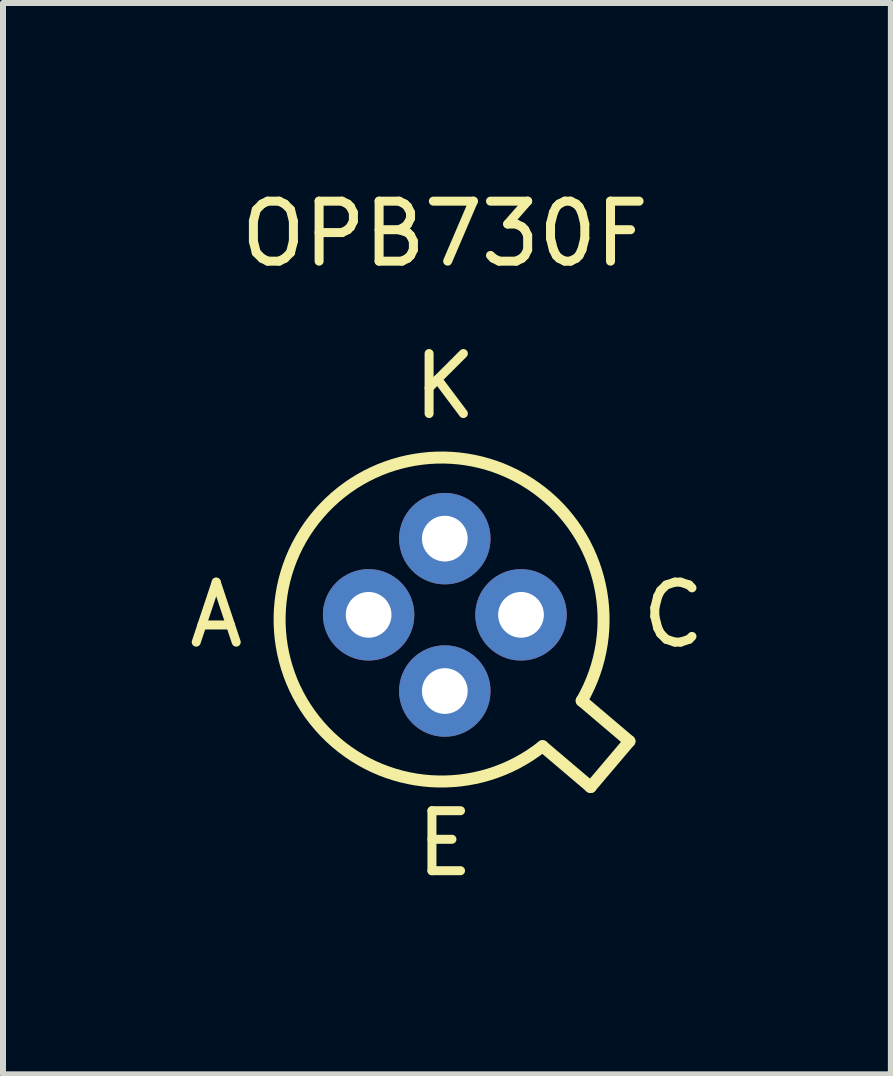
<source format=kicad_pcb>
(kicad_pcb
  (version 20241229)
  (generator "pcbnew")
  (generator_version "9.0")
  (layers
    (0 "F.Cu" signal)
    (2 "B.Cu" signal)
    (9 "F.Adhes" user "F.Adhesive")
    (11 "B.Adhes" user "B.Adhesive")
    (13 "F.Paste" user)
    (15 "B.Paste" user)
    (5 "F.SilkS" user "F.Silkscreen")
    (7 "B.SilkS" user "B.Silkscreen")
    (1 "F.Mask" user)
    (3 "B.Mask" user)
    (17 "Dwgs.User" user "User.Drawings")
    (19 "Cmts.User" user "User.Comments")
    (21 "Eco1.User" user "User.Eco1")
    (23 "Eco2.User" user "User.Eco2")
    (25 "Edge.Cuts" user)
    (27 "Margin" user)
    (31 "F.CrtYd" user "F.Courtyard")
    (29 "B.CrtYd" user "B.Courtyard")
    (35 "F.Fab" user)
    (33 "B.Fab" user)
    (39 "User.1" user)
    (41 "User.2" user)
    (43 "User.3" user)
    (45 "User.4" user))
  (footprint "OPB730F"
    (layer "F.Cu")
    (at 4.364 7.198)
    (property "Reference" "OPB730F" (at 0 -6.35 0) (layer "F.SilkS") (effects (font (size 1 1) (thickness 0.15))))
    (attr through_hole)
    (fp_line (start 1.629 2.19) (end 2.43 2.87) (stroke (width 0.2) (type solid)) (layer "F.SilkS"))
    (fp_line (start 2.43 2.87) (end 3.077 2.107) (stroke (width 0.2) (type solid)) (layer "F.SilkS"))
    (fp_line (start 3.077 2.107) (end 2.282 1.432) (stroke (width 0.2) (type solid)) (layer "F.SilkS"))
    (fp_arc (start 1.629232 2.189602) (mid -2.098792 -1.684626) (end 2.282216 1.432195) (stroke (width 0.2) (type solid)) (layer "F.SilkS"))
    (fp_text user "C" (at 3.81 0 0) (layer "F.SilkS") (effects (font (size 1 1) (thickness 0.15))))
    (fp_text user "E" (at 0 3.81 0) (layer "F.SilkS") (effects (font (size 1 1) (thickness 0.15))))
    (fp_text user "K" (at 0 -3.81 0) (layer "F.SilkS") (effects (font (size 1 1) (thickness 0.15))))
    (fp_text user "A" (at -3.81 0 0) (layer "F.SilkS") (effects (font (size 1 1) (thickness 0.15))))
    (pad "1" thru_hole circle (at 0 1.27) (size 1.524 1.524) (drill 0.762) (layers "*.Cu" "*.Mask"))
    (pad "2" thru_hole circle (at -1.27 0) (size 1.524 1.524) (drill 0.762) (layers "*.Cu" "*.Mask"))
    (pad "3" thru_hole circle (at 0 -1.27) (size 1.524 1.524) (drill 0.762) (layers "*.Cu" "*.Mask"))
    (pad "4" thru_hole circle (at 1.27 0) (size 1.524 1.524) (drill 0.762) (layers "*.Cu" "*.Mask")))
  (gr_rect
    (start -3 -3)
    (end 11.799 14.857)
    (stroke (width 0.1) (type default))
    (fill no)
    (layer "Edge.Cuts")))
</source>
